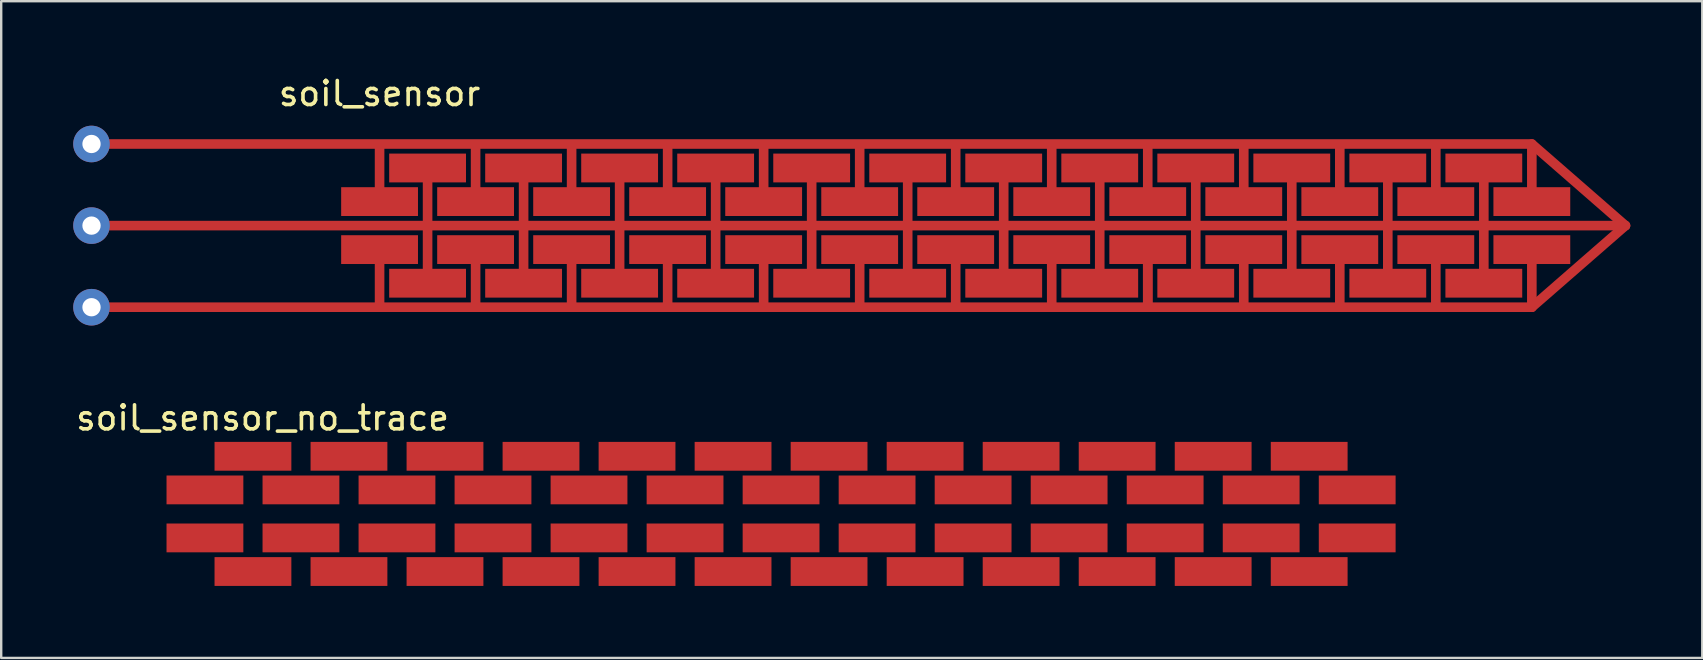
<source format=kicad_pcb>
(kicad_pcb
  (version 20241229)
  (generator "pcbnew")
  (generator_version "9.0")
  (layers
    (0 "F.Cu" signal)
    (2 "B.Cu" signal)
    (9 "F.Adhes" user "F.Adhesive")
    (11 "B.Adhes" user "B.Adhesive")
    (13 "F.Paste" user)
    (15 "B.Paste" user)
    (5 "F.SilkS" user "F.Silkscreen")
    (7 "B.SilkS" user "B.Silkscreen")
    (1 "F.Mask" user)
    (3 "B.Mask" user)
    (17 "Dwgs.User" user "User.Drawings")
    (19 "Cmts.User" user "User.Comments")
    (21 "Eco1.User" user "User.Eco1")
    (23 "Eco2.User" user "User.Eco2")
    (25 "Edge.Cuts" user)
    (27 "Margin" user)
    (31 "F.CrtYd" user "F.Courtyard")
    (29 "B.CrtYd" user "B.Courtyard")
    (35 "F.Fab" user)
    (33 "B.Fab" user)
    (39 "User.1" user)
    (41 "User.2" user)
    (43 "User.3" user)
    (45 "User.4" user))
  (footprint "soil_sensor"
    (layer "F.Cu")
    (at 20.762 3.348)
    (property "Reference" "soil_sensor" (at -8 -2.5 0) (layer "F.SilkS") (effects (font (size 1 1) (thickness 0.15))))
    (attr smd)
    (fp_line (start -8 2) (end -8 -0.3) (stroke (width 0.4) (type solid)) (layer "F.Cu"))
    (fp_line (start -8 6.4) (end -8 4) (stroke (width 0.4) (type solid)) (layer "F.Cu"))
    (fp_line (start -6 0.6) (end -6 5.5) (stroke (width 0.4) (type solid)) (layer "F.Cu"))
    (fp_line (start -4 2) (end -4 -0.3) (stroke (width 0.4) (type solid)) (layer "F.Cu"))
    (fp_line (start -4 6.4) (end -4 4) (stroke (width 0.4) (type solid)) (layer "F.Cu"))
    (fp_line (start -2 0.6) (end -2 5.4) (stroke (width 0.4) (type solid)) (layer "F.Cu"))
    (fp_line (start 0 2) (end 0 -0.3) (stroke (width 0.4) (type solid)) (layer "F.Cu"))
    (fp_line (start 0 6.4) (end 0 4) (stroke (width 0.4) (type solid)) (layer "F.Cu"))
    (fp_line (start 2 0.6) (end 2 5.4) (stroke (width 0.4) (type solid)) (layer "F.Cu"))
    (fp_line (start 4 2.1) (end 4 -0.3) (stroke (width 0.4) (type solid)) (layer "F.Cu"))
    (fp_line (start 4 6.4) (end 4 4) (stroke (width 0.4) (type solid)) (layer "F.Cu"))
    (fp_line (start 6 0.6) (end 6 5.4) (stroke (width 0.4) (type solid)) (layer "F.Cu"))
    (fp_line (start 8 2) (end 8 -0.3) (stroke (width 0.4) (type solid)) (layer "F.Cu"))
    (fp_line (start 8 6.3) (end 8 4) (stroke (width 0.4) (type solid)) (layer "F.Cu"))
    (fp_line (start 10 0.6) (end 10 5.4) (stroke (width 0.4) (type solid)) (layer "F.Cu"))
    (fp_line (start 12 2) (end 12 -0.3) (stroke (width 0.4) (type solid)) (layer "F.Cu"))
    (fp_line (start 12 6.3) (end 12 4) (stroke (width 0.4) (type solid)) (layer "F.Cu"))
    (fp_line (start 14 0.6) (end 14 5.4) (stroke (width 0.4) (type solid)) (layer "F.Cu"))
    (fp_line (start 16 2) (end 16 -0.3) (stroke (width 0.4) (type solid)) (layer "F.Cu"))
    (fp_line (start 16 6.3) (end 16 4) (stroke (width 0.4) (type solid)) (layer "F.Cu"))
    (fp_line (start 18 0.6) (end 18 5.4) (stroke (width 0.4) (type solid)) (layer "F.Cu"))
    (fp_line (start 20 2) (end 20 -0.3) (stroke (width 0.4) (type solid)) (layer "F.Cu"))
    (fp_line (start 20 6.3) (end 20 4) (stroke (width 0.4) (type solid)) (layer "F.Cu"))
    (fp_line (start 22 0.6) (end 22 5.4) (stroke (width 0.4) (type solid)) (layer "F.Cu"))
    (fp_line (start 24 2) (end 24 -0.3) (stroke (width 0.4) (type solid)) (layer "F.Cu"))
    (fp_line (start 24 6.3) (end 24 4) (stroke (width 0.4) (type solid)) (layer "F.Cu"))
    (fp_line (start 24 6.3) (end 24 4) (stroke (width 0.4) (type solid)) (layer "F.Cu"))
    (fp_line (start 26 0.6) (end 26 5.4) (stroke (width 0.4) (type solid)) (layer "F.Cu"))
    (fp_line (start 28 2) (end 28 -0.3) (stroke (width 0.4) (type solid)) (layer "F.Cu"))
    (fp_line (start 28 6.3) (end 28 4) (stroke (width 0.4) (type solid)) (layer "F.Cu"))
    (fp_line (start 30 0.6) (end 30 5.4) (stroke (width 0.4) (type solid)) (layer "F.Cu"))
    (fp_line (start 32 2) (end 32 -0.3) (stroke (width 0.4) (type solid)) (layer "F.Cu"))
    (fp_line (start 32 6.35) (end 32 4.05) (stroke (width 0.4) (type solid)) (layer "F.Cu"))
    (fp_line (start 34 0.6) (end 34 5.4) (stroke (width 0.4) (type solid)) (layer "F.Cu"))
    (fp_line (start 36 2) (end 36 -0.3) (stroke (width 0.4) (type solid)) (layer "F.Cu"))
    (fp_line (start 36 6.3) (end 36 4) (stroke (width 0.4) (type solid)) (layer "F.Cu"))
    (fp_line (start 38 0.6) (end 38 5.4) (stroke (width 0.4) (type solid)) (layer "F.Cu"))
    (fp_line (start 40 -0.4) (end -20 -0.4) (stroke (width 0.4) (type solid)) (layer "F.Cu"))
    (fp_line (start 40 -0.4) (end 43.9 3) (stroke (width 0.4) (type solid)) (layer "F.Cu"))
    (fp_line (start 40 2) (end 40 -0.3) (stroke (width 0.4) (type solid)) (layer "F.Cu"))
    (fp_line (start 40 6.4) (end -20 6.4) (stroke (width 0.4) (type solid)) (layer "F.Cu"))
    (fp_line (start 40 6.4) (end 40 4.1) (stroke (width 0.4) (type solid)) (layer "F.Cu"))
    (fp_line (start 40 6.4) (end 43.9 3) (stroke (width 0.4) (type solid)) (layer "F.Cu"))
    (fp_line (start 43.9 3) (end -20 3) (stroke (width 0.4) (type solid)) (layer "F.Cu"))
    (pad "1" thru_hole circle (at -20 -0.4) (size 1.524 1.524) (drill 0.762) (layers "*.Cu" "*.Mask"))
    (pad "1" thru_hole circle (at -20 6.4) (size 1.524 1.524) (drill 0.762) (layers "*.Cu" "*.Mask"))
    (pad "1" smd rect (at -8 2) (size 3.2 1.2) (layers "F.Cu"))
    (pad "1" smd rect (at -8 4) (size 3.2 1.2) (layers "F.Cu"))
    (pad "1" smd rect (at -4 2) (size 3.2 1.2) (layers "F.Cu"))
    (pad "1" smd rect (at -4 4) (size 3.2 1.2) (layers "F.Cu"))
    (pad "1" smd rect (at 0 2) (size 3.2 1.2) (layers "F.Cu"))
    (pad "1" smd rect (at 0 4) (size 3.2 1.2) (layers "F.Cu"))
    (pad "1" smd rect (at 4 2) (size 3.2 1.2) (layers "F.Cu"))
    (pad "1" smd rect (at 4 4) (size 3.2 1.2) (layers "F.Cu"))
    (pad "1" smd rect (at 8 2) (size 3.2 1.2) (layers "F.Cu"))
    (pad "1" smd rect (at 8 4) (size 3.2 1.2) (layers "F.Cu"))
    (pad "1" smd rect (at 12 2) (size 3.2 1.2) (layers "F.Cu"))
    (pad "1" smd rect (at 12 4) (size 3.2 1.2) (layers "F.Cu"))
    (pad "1" smd rect (at 16 2) (size 3.2 1.2) (layers "F.Cu"))
    (pad "1" smd rect (at 16 4) (size 3.2 1.2) (layers "F.Cu"))
    (pad "1" smd rect (at 20 2) (size 3.2 1.2) (layers "F.Cu"))
    (pad "1" smd rect (at 20 4) (size 3.2 1.2) (layers "F.Cu"))
    (pad "1" smd rect (at 24 2) (size 3.2 1.2) (layers "F.Cu"))
    (pad "1" smd rect (at 24 4) (size 3.2 1.2) (layers "F.Cu"))
    (pad "1" smd rect (at 28 2) (size 3.2 1.2) (layers "F.Cu"))
    (pad "1" smd rect (at 28 4) (size 3.2 1.2) (layers "F.Cu"))
    (pad "1" smd rect (at 32 2) (size 3.2 1.2) (layers "F.Cu"))
    (pad "1" smd rect (at 32 4) (size 3.2 1.2) (layers "F.Cu"))
    (pad "1" smd rect (at 36 2) (size 3.2 1.2) (layers "F.Cu"))
    (pad "1" smd rect (at 36 4) (size 3.2 1.2) (layers "F.Cu"))
    (pad "1" smd rect (at 40 2) (size 3.2 1.2) (layers "F.Cu"))
    (pad "1" smd rect (at 40 4) (size 3.2 1.2) (layers "F.Cu"))
    (pad "2" thru_hole circle (at -20 3) (size 1.524 1.524) (drill 0.762) (layers "*.Cu" "*.Mask"))
    (pad "2" smd rect (at -6 0.6) (size 3.2 1.2) (layers "F.Cu"))
    (pad "2" smd rect (at -6 5.4) (size 3.2 1.2) (layers "F.Cu"))
    (pad "2" smd rect (at -2 0.6) (size 3.2 1.2) (layers "F.Cu"))
    (pad "2" smd rect (at -2 5.4) (size 3.2 1.2) (layers "F.Cu"))
    (pad "2" smd rect (at 2 0.6) (size 3.2 1.2) (layers "F.Cu"))
    (pad "2" smd rect (at 2 5.4) (size 3.2 1.2) (layers "F.Cu"))
    (pad "2" smd rect (at 6 0.6) (size 3.2 1.2) (layers "F.Cu"))
    (pad "2" smd rect (at 6 5.4) (size 3.2 1.2) (layers "F.Cu"))
    (pad "2" smd rect (at 10 0.6) (size 3.2 1.2) (layers "F.Cu"))
    (pad "2" smd rect (at 10 5.4) (size 3.2 1.2) (layers "F.Cu"))
    (pad "2" smd rect (at 14 0.6) (size 3.2 1.2) (layers "F.Cu"))
    (pad "2" smd rect (at 14 5.4) (size 3.2 1.2) (layers "F.Cu"))
    (pad "2" smd rect (at 18 0.6) (size 3.2 1.2) (layers "F.Cu"))
    (pad "2" smd rect (at 18 5.4) (size 3.2 1.2) (layers "F.Cu"))
    (pad "2" smd rect (at 22 0.6) (size 3.2 1.2) (layers "F.Cu"))
    (pad "2" smd rect (at 22 5.4) (size 3.2 1.2) (layers "F.Cu"))
    (pad "2" smd rect (at 26 0.6) (size 3.2 1.2) (layers "F.Cu"))
    (pad "2" smd rect (at 26 5.4) (size 3.2 1.2) (layers "F.Cu"))
    (pad "2" smd rect (at 30 0.6) (size 3.2 1.2) (layers "F.Cu"))
    (pad "2" smd rect (at 30 5.4) (size 3.2 1.2) (layers "F.Cu"))
    (pad "2" smd rect (at 34 0.6) (size 3.2 1.2) (layers "F.Cu"))
    (pad "2" smd rect (at 34 5.4) (size 3.2 1.2) (layers "F.Cu"))
    (pad "2" smd rect (at 38 0.6) (size 3.2 1.2) (layers "F.Cu"))
    (pad "2" smd rect (at 38 5.4) (size 3.2 1.2) (layers "F.Cu")))
  (footprint "soil_sensor_no_trace"
    (layer "F.Cu")
    (at 3.887 18.358)
    (property "Reference" "soil_sensor_no_trace" (at 4 -4 0) (layer "F.SilkS") (effects (font (size 1 1) (thickness 0.15))))
    (attr smd)
    (pad "1" smd rect (at 1.6 -1) (size 3.2 1.2) (layers "F.Cu"))
    (pad "1" smd rect (at 1.6 1) (size 3.2 1.2) (layers "F.Cu"))
    (pad "1" smd rect (at 5.6 -1) (size 3.2 1.2) (layers "F.Cu"))
    (pad "1" smd rect (at 5.6 1) (size 3.2 1.2) (layers "F.Cu"))
    (pad "1" smd rect (at 9.6 -1) (size 3.2 1.2) (layers "F.Cu"))
    (pad "1" smd rect (at 9.6 1) (size 3.2 1.2) (layers "F.Cu"))
    (pad "1" smd rect (at 13.6 -1) (size 3.2 1.2) (layers "F.Cu"))
    (pad "1" smd rect (at 13.6 1) (size 3.2 1.2) (layers "F.Cu"))
    (pad "1" smd rect (at 17.6 -1) (size 3.2 1.2) (layers "F.Cu"))
    (pad "1" smd rect (at 17.6 1) (size 3.2 1.2) (layers "F.Cu"))
    (pad "1" smd rect (at 21.6 -1) (size 3.2 1.2) (layers "F.Cu"))
    (pad "1" smd rect (at 21.6 1) (size 3.2 1.2) (layers "F.Cu"))
    (pad "1" smd rect (at 25.6 -1) (size 3.2 1.2) (layers "F.Cu"))
    (pad "1" smd rect (at 25.6 1) (size 3.2 1.2) (layers "F.Cu"))
    (pad "1" smd rect (at 29.6 -1) (size 3.2 1.2) (layers "F.Cu"))
    (pad "1" smd rect (at 29.6 1) (size 3.2 1.2) (layers "F.Cu"))
    (pad "1" smd rect (at 33.6 -1) (size 3.2 1.2) (layers "F.Cu"))
    (pad "1" smd rect (at 33.6 1) (size 3.2 1.2) (layers "F.Cu"))
    (pad "1" smd rect (at 37.6 -1) (size 3.2 1.2) (layers "F.Cu"))
    (pad "1" smd rect (at 37.6 1) (size 3.2 1.2) (layers "F.Cu"))
    (pad "1" smd rect (at 41.6 -1) (size 3.2 1.2) (layers "F.Cu"))
    (pad "1" smd rect (at 41.6 1) (size 3.2 1.2) (layers "F.Cu"))
    (pad "1" smd rect (at 45.6 -1) (size 3.2 1.2) (layers "F.Cu"))
    (pad "1" smd rect (at 45.6 1) (size 3.2 1.2) (layers "F.Cu"))
    (pad "1" smd rect (at 49.6 -1) (size 3.2 1.2) (layers "F.Cu"))
    (pad "1" smd rect (at 49.6 1) (size 3.2 1.2) (layers "F.Cu"))
    (pad "2" smd rect (at 3.6 -2.4) (size 3.2 1.2) (layers "F.Cu"))
    (pad "2" smd rect (at 3.6 2.4) (size 3.2 1.2) (layers "F.Cu"))
    (pad "2" smd rect (at 7.6 -2.4) (size 3.2 1.2) (layers "F.Cu"))
    (pad "2" smd rect (at 7.6 2.4) (size 3.2 1.2) (layers "F.Cu"))
    (pad "2" smd rect (at 11.6 -2.4) (size 3.2 1.2) (layers "F.Cu"))
    (pad "2" smd rect (at 11.6 2.4) (size 3.2 1.2) (layers "F.Cu"))
    (pad "2" smd rect (at 15.6 -2.4) (size 3.2 1.2) (layers "F.Cu"))
    (pad "2" smd rect (at 15.6 2.4) (size 3.2 1.2) (layers "F.Cu"))
    (pad "2" smd rect (at 19.6 -2.4) (size 3.2 1.2) (layers "F.Cu"))
    (pad "2" smd rect (at 19.6 2.4) (size 3.2 1.2) (layers "F.Cu"))
    (pad "2" smd rect (at 23.6 -2.4) (size 3.2 1.2) (layers "F.Cu"))
    (pad "2" smd rect (at 23.6 2.4) (size 3.2 1.2) (layers "F.Cu"))
    (pad "2" smd rect (at 27.6 -2.4) (size 3.2 1.2) (layers "F.Cu"))
    (pad "2" smd rect (at 27.6 2.4) (size 3.2 1.2) (layers "F.Cu"))
    (pad "2" smd rect (at 31.6 -2.4) (size 3.2 1.2) (layers "F.Cu"))
    (pad "2" smd rect (at 31.6 2.4) (size 3.2 1.2) (layers "F.Cu"))
    (pad "2" smd rect (at 35.6 -2.4) (size 3.2 1.2) (layers "F.Cu"))
    (pad "2" smd rect (at 35.6 2.4) (size 3.2 1.2) (layers "F.Cu"))
    (pad "2" smd rect (at 39.6 -2.4) (size 3.2 1.2) (layers "F.Cu"))
    (pad "2" smd rect (at 39.6 2.4) (size 3.2 1.2) (layers "F.Cu"))
    (pad "2" smd rect (at 43.6 -2.4) (size 3.2 1.2) (layers "F.Cu"))
    (pad "2" smd rect (at 43.6 2.4) (size 3.2 1.2) (layers "F.Cu"))
    (pad "2" smd rect (at 47.6 -2.4) (size 3.2 1.2) (layers "F.Cu"))
    (pad "2" smd rect (at 47.6 2.4) (size 3.2 1.2) (layers "F.Cu")))
  (gr_rect
    (start -3 -3)
    (end 67.862 24.358)
    (stroke (width 0.1) (type default))
    (fill no)
    (layer "Edge.Cuts")))
</source>
